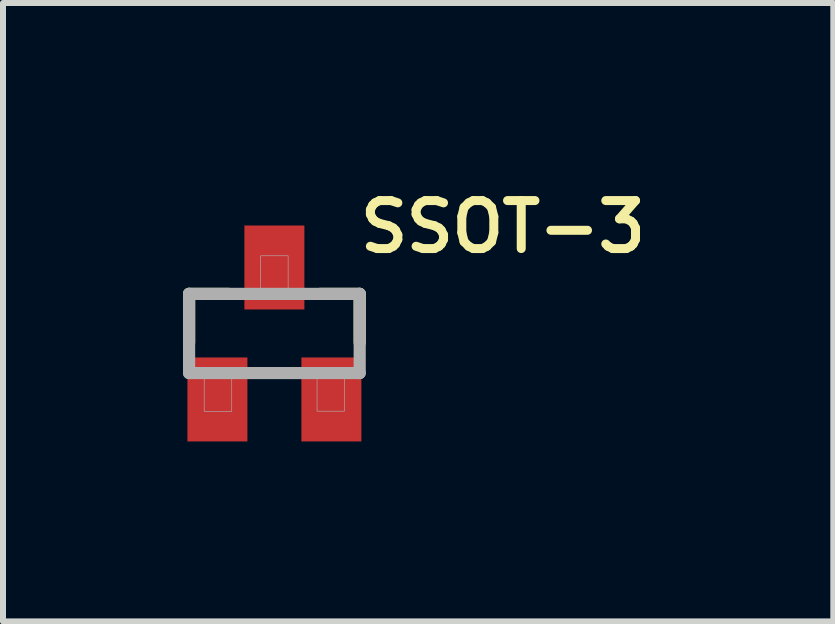
<source format=kicad_pcb>
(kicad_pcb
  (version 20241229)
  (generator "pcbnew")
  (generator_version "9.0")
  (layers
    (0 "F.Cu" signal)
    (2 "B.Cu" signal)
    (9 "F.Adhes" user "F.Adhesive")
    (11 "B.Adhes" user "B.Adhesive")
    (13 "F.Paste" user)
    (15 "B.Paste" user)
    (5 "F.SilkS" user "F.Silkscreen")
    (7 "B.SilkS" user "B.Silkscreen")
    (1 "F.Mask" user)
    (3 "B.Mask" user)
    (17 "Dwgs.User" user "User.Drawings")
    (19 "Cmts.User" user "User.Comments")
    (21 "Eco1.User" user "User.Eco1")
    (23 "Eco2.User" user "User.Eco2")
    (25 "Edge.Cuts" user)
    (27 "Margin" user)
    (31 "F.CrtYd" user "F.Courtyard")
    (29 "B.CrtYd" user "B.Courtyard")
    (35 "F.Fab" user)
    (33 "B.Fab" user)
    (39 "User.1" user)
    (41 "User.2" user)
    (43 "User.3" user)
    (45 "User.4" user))
  (footprint "SSOT-3"
    (layer "F.Cu")
    (at 1.524 2.509)
    (property "Reference" "SSOT-3" (at 3.81 -1.778 0) (layer "F.SilkS") (effects (font (size 0.8 0.8) (thickness 0.15))))
    (attr smd)
    (fp_line (start -1.422 -0.66) (end -0.764 -0.66) (stroke (width 0.203) (type solid)) (layer "F.SilkS"))
    (fp_line (start -1.422 0.152) (end -1.422 -0.66) (stroke (width 0.203) (type solid)) (layer "F.SilkS"))
    (fp_line (start 0.764 -0.66) (end 1.422 -0.66) (stroke (width 0.203) (type solid)) (layer "F.SilkS"))
    (fp_line (start 1.422 -0.66) (end 1.422 0.152) (stroke (width 0.203) (type solid)) (layer "F.SilkS"))
    (fp_line (start -1.422 -0.66) (end 1.422 -0.66) (stroke (width 0.203) (type solid)) (layer "F.Fab"))
    (fp_line (start -1.422 0.66) (end -1.422 -0.66) (stroke (width 0.203) (type solid)) (layer "F.Fab"))
    (fp_line (start 1.422 -0.66) (end 1.422 0.66) (stroke (width 0.203) (type solid)) (layer "F.Fab"))
    (fp_line (start 1.422 0.66) (end -1.422 0.66) (stroke (width 0.203) (type solid)) (layer "F.Fab"))
    (fp_poly (pts (xy -1.17 0.711) (xy -0.711 0.711) (xy -0.711 1.298) (xy -1.17 1.298)) (stroke (width 0.01) (type solid)) (fill no) (layer "F.Fab"))
    (fp_poly (pts (xy -0.229 -1.295) (xy 0.229 -1.295) (xy 0.229 -0.712) (xy -0.229 -0.712)) (stroke (width 0.01) (type solid)) (fill no) (layer "F.Fab"))
    (fp_poly (pts (xy 0.711 0.711) (xy 1.168 0.711) (xy 1.168 1.295) (xy 0.711 1.295)) (stroke (width 0.01) (type solid)) (fill no) (layer "F.Fab"))
    (pad "1" smd rect (at -0.95 1.1) (size 1 1.4) (layers "F.Cu" "F.Mask" "F.Paste"))
    (pad "2" smd rect (at 0.95 1.1) (size 1 1.4) (layers "F.Cu" "F.Mask" "F.Paste"))
    (pad "3" smd rect (at 0 -1.1) (size 1 1.4) (layers "F.Cu" "F.Mask" "F.Paste")))
  (gr_rect
    (start -3 -3)
    (end 10.841 7.309)
    (stroke (width 0.1) (type default))
    (fill no)
    (layer "Edge.Cuts")))
</source>
